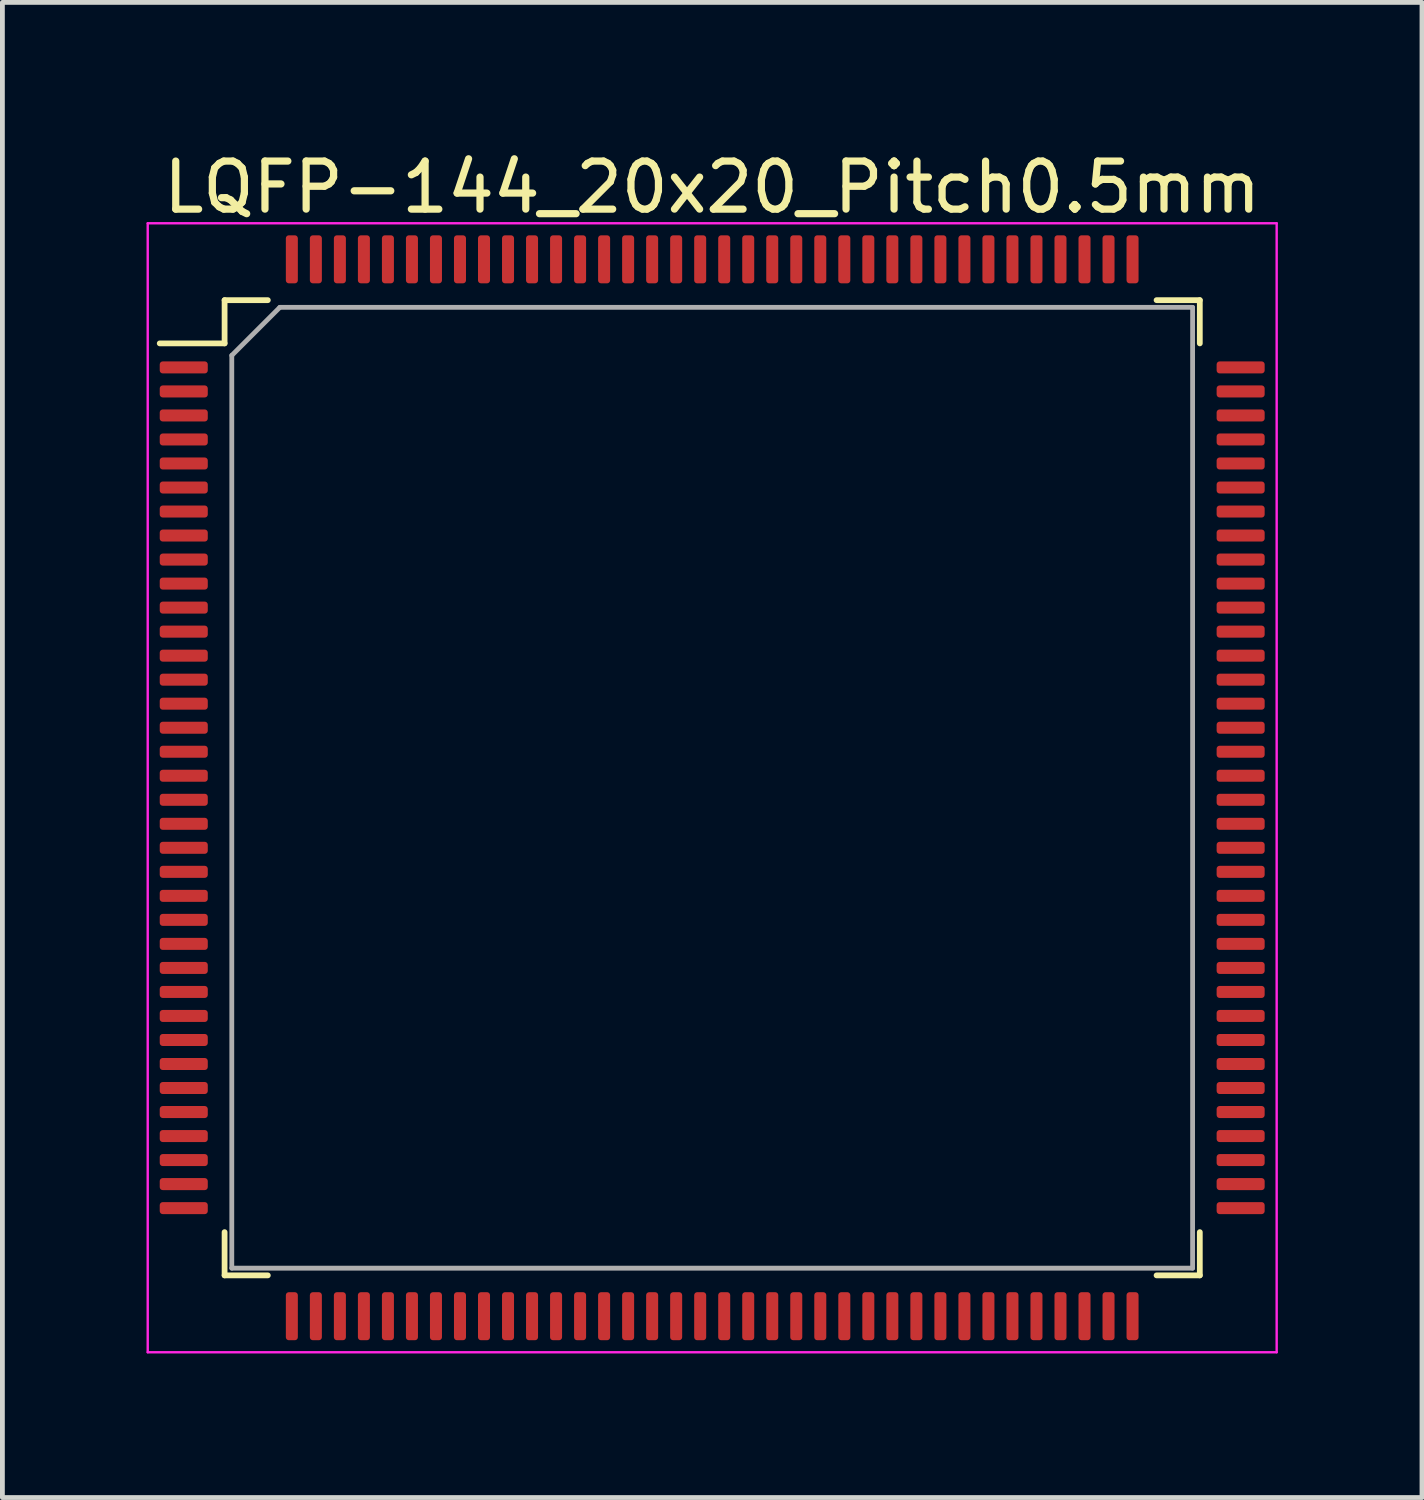
<source format=kicad_pcb>
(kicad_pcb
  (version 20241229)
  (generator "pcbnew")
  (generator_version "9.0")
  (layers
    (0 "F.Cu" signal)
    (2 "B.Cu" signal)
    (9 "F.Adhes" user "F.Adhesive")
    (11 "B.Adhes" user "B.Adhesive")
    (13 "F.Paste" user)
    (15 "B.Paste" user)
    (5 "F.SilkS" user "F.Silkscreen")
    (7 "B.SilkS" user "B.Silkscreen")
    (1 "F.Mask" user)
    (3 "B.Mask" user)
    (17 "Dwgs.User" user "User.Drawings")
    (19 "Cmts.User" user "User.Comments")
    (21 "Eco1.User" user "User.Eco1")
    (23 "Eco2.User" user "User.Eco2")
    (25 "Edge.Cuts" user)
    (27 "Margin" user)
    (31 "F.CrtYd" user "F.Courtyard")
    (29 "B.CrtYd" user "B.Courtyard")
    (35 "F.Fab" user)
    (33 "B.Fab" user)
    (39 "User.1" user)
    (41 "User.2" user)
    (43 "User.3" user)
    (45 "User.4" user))
  (footprint "LQFP-144_20x20_Pitch0.5mm"
    (layer "F.Cu")
    (at 11.775 13.348)
    (property "Reference" "LQFP-144_20x20_Pitch0.5mm" (at 0 -12.5 0) (layer "F.SilkS") (effects (font (size 1 1) (thickness 0.15))))
    (attr smd)
    (fp_line (start -10.15 -10.15) (end -10.15 -9.25) (stroke (width 0.12) (type solid)) (layer "F.SilkS"))
    (fp_line (start -10.15 -9.25) (end -11.5 -9.25) (stroke (width 0.12) (type solid)) (layer "F.SilkS"))
    (fp_line (start -10.15 10.15) (end -10.15 9.25) (stroke (width 0.12) (type solid)) (layer "F.SilkS"))
    (fp_line (start -9.25 -10.15) (end -10.15 -10.15) (stroke (width 0.12) (type solid)) (layer "F.SilkS"))
    (fp_line (start -9.25 10.15) (end -10.15 10.15) (stroke (width 0.12) (type solid)) (layer "F.SilkS"))
    (fp_line (start 9.25 -10.15) (end 10.15 -10.15) (stroke (width 0.12) (type solid)) (layer "F.SilkS"))
    (fp_line (start 9.25 10.15) (end 10.15 10.15) (stroke (width 0.12) (type solid)) (layer "F.SilkS"))
    (fp_line (start 10.15 -10.15) (end 10.15 -9.25) (stroke (width 0.12) (type solid)) (layer "F.SilkS"))
    (fp_line (start 10.15 10.15) (end 10.15 9.25) (stroke (width 0.12) (type solid)) (layer "F.SilkS"))
    (fp_line (start -11.75 -11.75) (end 11.75 -11.75) (stroke (width 0.05) (type solid)) (layer "F.CrtYd"))
    (fp_line (start -11.75 11.75) (end -11.75 -11.75) (stroke (width 0.05) (type solid)) (layer "F.CrtYd"))
    (fp_line (start 11.75 -11.75) (end 11.75 11.75) (stroke (width 0.05) (type solid)) (layer "F.CrtYd"))
    (fp_line (start 11.75 11.75) (end -11.75 11.75) (stroke (width 0.05) (type solid)) (layer "F.CrtYd"))
    (fp_line (start -10 -9) (end -10 10) (stroke (width 0.1) (type solid)) (layer "F.Fab"))
    (fp_line (start -10 10) (end 10 10) (stroke (width 0.1) (type solid)) (layer "F.Fab"))
    (fp_line (start -9 -10) (end -10 -9) (stroke (width 0.1) (type solid)) (layer "F.Fab"))
    (fp_line (start 10 -10) (end -9 -10) (stroke (width 0.1) (type solid)) (layer "F.Fab"))
    (fp_line (start 10 10) (end 10 -10) (stroke (width 0.1) (type solid)) (layer "F.Fab"))
    (pad "1" smd roundrect (at -11 -8.75 90) (size 0.25 1) (layers "F.Cu" "F.Mask" "F.Paste") (roundrect_rratio 0.25))
    (pad "2" smd roundrect (at -11 -8.25 90) (size 0.25 1) (layers "F.Cu" "F.Mask" "F.Paste") (roundrect_rratio 0.25))
    (pad "3" smd roundrect (at -11 -7.75 90) (size 0.25 1) (layers "F.Cu" "F.Mask" "F.Paste") (roundrect_rratio 0.25))
    (pad "4" smd roundrect (at -11 -7.25 90) (size 0.25 1) (layers "F.Cu" "F.Mask" "F.Paste") (roundrect_rratio 0.25))
    (pad "5" smd roundrect (at -11 -6.75 90) (size 0.25 1) (layers "F.Cu" "F.Mask" "F.Paste") (roundrect_rratio 0.25))
    (pad "6" smd roundrect (at -11 -6.25 90) (size 0.25 1) (layers "F.Cu" "F.Mask" "F.Paste") (roundrect_rratio 0.25))
    (pad "7" smd roundrect (at -11 -5.75 90) (size 0.25 1) (layers "F.Cu" "F.Mask" "F.Paste") (roundrect_rratio 0.25))
    (pad "8" smd roundrect (at -11 -5.25 90) (size 0.25 1) (layers "F.Cu" "F.Mask" "F.Paste") (roundrect_rratio 0.25))
    (pad "9" smd roundrect (at -11 -4.75 90) (size 0.25 1) (layers "F.Cu" "F.Mask" "F.Paste") (roundrect_rratio 0.25))
    (pad "10" smd roundrect (at -11 -4.25 90) (size 0.25 1) (layers "F.Cu" "F.Mask" "F.Paste") (roundrect_rratio 0.25))
    (pad "11" smd roundrect (at -11 -3.75 90) (size 0.25 1) (layers "F.Cu" "F.Mask" "F.Paste") (roundrect_rratio 0.25))
    (pad "12" smd roundrect (at -11 -3.25 90) (size 0.25 1) (layers "F.Cu" "F.Mask" "F.Paste") (roundrect_rratio 0.25))
    (pad "13" smd roundrect (at -11 -2.75 90) (size 0.25 1) (layers "F.Cu" "F.Mask" "F.Paste") (roundrect_rratio 0.25))
    (pad "14" smd roundrect (at -11 -2.25 90) (size 0.25 1) (layers "F.Cu" "F.Mask" "F.Paste") (roundrect_rratio 0.25))
    (pad "15" smd roundrect (at -11 -1.75 90) (size 0.25 1) (layers "F.Cu" "F.Mask" "F.Paste") (roundrect_rratio 0.25))
    (pad "16" smd roundrect (at -11 -1.25 90) (size 0.25 1) (layers "F.Cu" "F.Mask" "F.Paste") (roundrect_rratio 0.25))
    (pad "17" smd roundrect (at -11 -0.75 90) (size 0.25 1) (layers "F.Cu" "F.Mask" "F.Paste") (roundrect_rratio 0.25))
    (pad "18" smd roundrect (at -11 -0.25 90) (size 0.25 1) (layers "F.Cu" "F.Mask" "F.Paste") (roundrect_rratio 0.25))
    (pad "19" smd roundrect (at -11 0.25 90) (size 0.25 1) (layers "F.Cu" "F.Mask" "F.Paste") (roundrect_rratio 0.25))
    (pad "20" smd roundrect (at -11 0.75 90) (size 0.25 1) (layers "F.Cu" "F.Mask" "F.Paste") (roundrect_rratio 0.25))
    (pad "21" smd roundrect (at -11 1.25 90) (size 0.25 1) (layers "F.Cu" "F.Mask" "F.Paste") (roundrect_rratio 0.25))
    (pad "22" smd roundrect (at -11 1.75 90) (size 0.25 1) (layers "F.Cu" "F.Mask" "F.Paste") (roundrect_rratio 0.25))
    (pad "23" smd roundrect (at -11 2.25 90) (size 0.25 1) (layers "F.Cu" "F.Mask" "F.Paste") (roundrect_rratio 0.25))
    (pad "24" smd roundrect (at -11 2.75 90) (size 0.25 1) (layers "F.Cu" "F.Mask" "F.Paste") (roundrect_rratio 0.25))
    (pad "25" smd roundrect (at -11 3.25 90) (size 0.25 1) (layers "F.Cu" "F.Mask" "F.Paste") (roundrect_rratio 0.25))
    (pad "26" smd roundrect (at -11 3.75 90) (size 0.25 1) (layers "F.Cu" "F.Mask" "F.Paste") (roundrect_rratio 0.25))
    (pad "27" smd roundrect (at -11 4.25 90) (size 0.25 1) (layers "F.Cu" "F.Mask" "F.Paste") (roundrect_rratio 0.25))
    (pad "28" smd roundrect (at -11 4.75 90) (size 0.25 1) (layers "F.Cu" "F.Mask" "F.Paste") (roundrect_rratio 0.25))
    (pad "29" smd roundrect (at -11 5.25 90) (size 0.25 1) (layers "F.Cu" "F.Mask" "F.Paste") (roundrect_rratio 0.25))
    (pad "30" smd roundrect (at -11 5.75 90) (size 0.25 1) (layers "F.Cu" "F.Mask" "F.Paste") (roundrect_rratio 0.25))
    (pad "31" smd roundrect (at -11 6.25 90) (size 0.25 1) (layers "F.Cu" "F.Mask" "F.Paste") (roundrect_rratio 0.25))
    (pad "32" smd roundrect (at -11 6.75 90) (size 0.25 1) (layers "F.Cu" "F.Mask" "F.Paste") (roundrect_rratio 0.25))
    (pad "33" smd roundrect (at -11 7.25 90) (size 0.25 1) (layers "F.Cu" "F.Mask" "F.Paste") (roundrect_rratio 0.25))
    (pad "34" smd roundrect (at -11 7.75 90) (size 0.25 1) (layers "F.Cu" "F.Mask" "F.Paste") (roundrect_rratio 0.25))
    (pad "35" smd roundrect (at -11 8.25 90) (size 0.25 1) (layers "F.Cu" "F.Mask" "F.Paste") (roundrect_rratio 0.25))
    (pad "36" smd roundrect (at -11 8.75 90) (size 0.25 1) (layers "F.Cu" "F.Mask" "F.Paste") (roundrect_rratio 0.25))
    (pad "37" smd roundrect (at -8.75 11) (size 0.25 1) (layers "F.Cu" "F.Mask" "F.Paste") (roundrect_rratio 0.25))
    (pad "38" smd roundrect (at -8.25 11) (size 0.25 1) (layers "F.Cu" "F.Mask" "F.Paste") (roundrect_rratio 0.25))
    (pad "39" smd roundrect (at -7.75 11) (size 0.25 1) (layers "F.Cu" "F.Mask" "F.Paste") (roundrect_rratio 0.25))
    (pad "40" smd roundrect (at -7.25 11) (size 0.25 1) (layers "F.Cu" "F.Mask" "F.Paste") (roundrect_rratio 0.25))
    (pad "41" smd roundrect (at -6.75 11) (size 0.25 1) (layers "F.Cu" "F.Mask" "F.Paste") (roundrect_rratio 0.25))
    (pad "42" smd roundrect (at -6.25 11) (size 0.25 1) (layers "F.Cu" "F.Mask" "F.Paste") (roundrect_rratio 0.25))
    (pad "43" smd roundrect (at -5.75 11) (size 0.25 1) (layers "F.Cu" "F.Mask" "F.Paste") (roundrect_rratio 0.25))
    (pad "44" smd roundrect (at -5.25 11) (size 0.25 1) (layers "F.Cu" "F.Mask" "F.Paste") (roundrect_rratio 0.25))
    (pad "45" smd roundrect (at -4.75 11) (size 0.25 1) (layers "F.Cu" "F.Mask" "F.Paste") (roundrect_rratio 0.25))
    (pad "46" smd roundrect (at -4.25 11) (size 0.25 1) (layers "F.Cu" "F.Mask" "F.Paste") (roundrect_rratio 0.25))
    (pad "47" smd roundrect (at -3.75 11) (size 0.25 1) (layers "F.Cu" "F.Mask" "F.Paste") (roundrect_rratio 0.25))
    (pad "48" smd roundrect (at -3.25 11) (size 0.25 1) (layers "F.Cu" "F.Mask" "F.Paste") (roundrect_rratio 0.25))
    (pad "49" smd roundrect (at -2.75 11) (size 0.25 1) (layers "F.Cu" "F.Mask" "F.Paste") (roundrect_rratio 0.25))
    (pad "50" smd roundrect (at -2.25 11) (size 0.25 1) (layers "F.Cu" "F.Mask" "F.Paste") (roundrect_rratio 0.25))
    (pad "51" smd roundrect (at -1.75 11) (size 0.25 1) (layers "F.Cu" "F.Mask" "F.Paste") (roundrect_rratio 0.25))
    (pad "52" smd roundrect (at -1.25 11) (size 0.25 1) (layers "F.Cu" "F.Mask" "F.Paste") (roundrect_rratio 0.25))
    (pad "53" smd roundrect (at -0.75 11) (size 0.25 1) (layers "F.Cu" "F.Mask" "F.Paste") (roundrect_rratio 0.25))
    (pad "54" smd roundrect (at -0.25 11) (size 0.25 1) (layers "F.Cu" "F.Mask" "F.Paste") (roundrect_rratio 0.25))
    (pad "55" smd roundrect (at 0.25 11) (size 0.25 1) (layers "F.Cu" "F.Mask" "F.Paste") (roundrect_rratio 0.25))
    (pad "56" smd roundrect (at 0.75 11) (size 0.25 1) (layers "F.Cu" "F.Mask" "F.Paste") (roundrect_rratio 0.25))
    (pad "57" smd roundrect (at 1.25 11) (size 0.25 1) (layers "F.Cu" "F.Mask" "F.Paste") (roundrect_rratio 0.25))
    (pad "58" smd roundrect (at 1.75 11) (size 0.25 1) (layers "F.Cu" "F.Mask" "F.Paste") (roundrect_rratio 0.25))
    (pad "59" smd roundrect (at 2.25 11) (size 0.25 1) (layers "F.Cu" "F.Mask" "F.Paste") (roundrect_rratio 0.25))
    (pad "60" smd roundrect (at 2.75 11) (size 0.25 1) (layers "F.Cu" "F.Mask" "F.Paste") (roundrect_rratio 0.25))
    (pad "61" smd roundrect (at 3.25 11) (size 0.25 1) (layers "F.Cu" "F.Mask" "F.Paste") (roundrect_rratio 0.25))
    (pad "62" smd roundrect (at 3.75 11) (size 0.25 1) (layers "F.Cu" "F.Mask" "F.Paste") (roundrect_rratio 0.25))
    (pad "63" smd roundrect (at 4.25 11) (size 0.25 1) (layers "F.Cu" "F.Mask" "F.Paste") (roundrect_rratio 0.25))
    (pad "64" smd roundrect (at 4.75 11) (size 0.25 1) (layers "F.Cu" "F.Mask" "F.Paste") (roundrect_rratio 0.25))
    (pad "65" smd roundrect (at 5.25 11) (size 0.25 1) (layers "F.Cu" "F.Mask" "F.Paste") (roundrect_rratio 0.25))
    (pad "66" smd roundrect (at 5.75 11) (size 0.25 1) (layers "F.Cu" "F.Mask" "F.Paste") (roundrect_rratio 0.25))
    (pad "67" smd roundrect (at 6.25 11) (size 0.25 1) (layers "F.Cu" "F.Mask" "F.Paste") (roundrect_rratio 0.25))
    (pad "68" smd roundrect (at 6.75 11) (size 0.25 1) (layers "F.Cu" "F.Mask" "F.Paste") (roundrect_rratio 0.25))
    (pad "69" smd roundrect (at 7.25 11) (size 0.25 1) (layers "F.Cu" "F.Mask" "F.Paste") (roundrect_rratio 0.25))
    (pad "70" smd roundrect (at 7.75 11) (size 0.25 1) (layers "F.Cu" "F.Mask" "F.Paste") (roundrect_rratio 0.25))
    (pad "71" smd roundrect (at 8.25 11) (size 0.25 1) (layers "F.Cu" "F.Mask" "F.Paste") (roundrect_rratio 0.25))
    (pad "72" smd roundrect (at 8.75 11) (size 0.25 1) (layers "F.Cu" "F.Mask" "F.Paste") (roundrect_rratio 0.25))
    (pad "73" smd roundrect (at 11 8.75 90) (size 0.25 1) (layers "F.Cu" "F.Mask" "F.Paste") (roundrect_rratio 0.25))
    (pad "74" smd roundrect (at 11 8.25 90) (size 0.25 1) (layers "F.Cu" "F.Mask" "F.Paste") (roundrect_rratio 0.25))
    (pad "75" smd roundrect (at 11 7.75 90) (size 0.25 1) (layers "F.Cu" "F.Mask" "F.Paste") (roundrect_rratio 0.25))
    (pad "76" smd roundrect (at 11 7.25 90) (size 0.25 1) (layers "F.Cu" "F.Mask" "F.Paste") (roundrect_rratio 0.25))
    (pad "77" smd roundrect (at 11 6.75 90) (size 0.25 1) (layers "F.Cu" "F.Mask" "F.Paste") (roundrect_rratio 0.25))
    (pad "78" smd roundrect (at 11 6.25 90) (size 0.25 1) (layers "F.Cu" "F.Mask" "F.Paste") (roundrect_rratio 0.25))
    (pad "79" smd roundrect (at 11 5.75 90) (size 0.25 1) (layers "F.Cu" "F.Mask" "F.Paste") (roundrect_rratio 0.25))
    (pad "80" smd roundrect (at 11 5.25 90) (size 0.25 1) (layers "F.Cu" "F.Mask" "F.Paste") (roundrect_rratio 0.25))
    (pad "81" smd roundrect (at 11 4.75 90) (size 0.25 1) (layers "F.Cu" "F.Mask" "F.Paste") (roundrect_rratio 0.25))
    (pad "82" smd roundrect (at 11 4.25 90) (size 0.25 1) (layers "F.Cu" "F.Mask" "F.Paste") (roundrect_rratio 0.25))
    (pad "83" smd roundrect (at 11 3.75 90) (size 0.25 1) (layers "F.Cu" "F.Mask" "F.Paste") (roundrect_rratio 0.25))
    (pad "84" smd roundrect (at 11 3.25 90) (size 0.25 1) (layers "F.Cu" "F.Mask" "F.Paste") (roundrect_rratio 0.25))
    (pad "85" smd roundrect (at 11 2.75 90) (size 0.25 1) (layers "F.Cu" "F.Mask" "F.Paste") (roundrect_rratio 0.25))
    (pad "86" smd roundrect (at 11 2.25 90) (size 0.25 1) (layers "F.Cu" "F.Mask" "F.Paste") (roundrect_rratio 0.25))
    (pad "87" smd roundrect (at 11 1.75 90) (size 0.25 1) (layers "F.Cu" "F.Mask" "F.Paste") (roundrect_rratio 0.25))
    (pad "88" smd roundrect (at 11 1.25 90) (size 0.25 1) (layers "F.Cu" "F.Mask" "F.Paste") (roundrect_rratio 0.25))
    (pad "89" smd roundrect (at 11 0.75 90) (size 0.25 1) (layers "F.Cu" "F.Mask" "F.Paste") (roundrect_rratio 0.25))
    (pad "90" smd roundrect (at 11 0.25 90) (size 0.25 1) (layers "F.Cu" "F.Mask" "F.Paste") (roundrect_rratio 0.25))
    (pad "91" smd roundrect (at 11 -0.25 90) (size 0.25 1) (layers "F.Cu" "F.Mask" "F.Paste") (roundrect_rratio 0.25))
    (pad "92" smd roundrect (at 11 -0.75 90) (size 0.25 1) (layers "F.Cu" "F.Mask" "F.Paste") (roundrect_rratio 0.25))
    (pad "93" smd roundrect (at 11 -1.25 90) (size 0.25 1) (layers "F.Cu" "F.Mask" "F.Paste") (roundrect_rratio 0.25))
    (pad "94" smd roundrect (at 11 -1.75 90) (size 0.25 1) (layers "F.Cu" "F.Mask" "F.Paste") (roundrect_rratio 0.25))
    (pad "95" smd roundrect (at 11 -2.25 90) (size 0.25 1) (layers "F.Cu" "F.Mask" "F.Paste") (roundrect_rratio 0.25))
    (pad "96" smd roundrect (at 11 -2.75 90) (size 0.25 1) (layers "F.Cu" "F.Mask" "F.Paste") (roundrect_rratio 0.25))
    (pad "97" smd roundrect (at 11 -3.25 90) (size 0.25 1) (layers "F.Cu" "F.Mask" "F.Paste") (roundrect_rratio 0.25))
    (pad "98" smd roundrect (at 11 -3.75 90) (size 0.25 1) (layers "F.Cu" "F.Mask" "F.Paste") (roundrect_rratio 0.25))
    (pad "99" smd roundrect (at 11 -4.25 90) (size 0.25 1) (layers "F.Cu" "F.Mask" "F.Paste") (roundrect_rratio 0.25))
    (pad "100" smd roundrect (at 11 -4.75 90) (size 0.25 1) (layers "F.Cu" "F.Mask" "F.Paste") (roundrect_rratio 0.25))
    (pad "101" smd roundrect (at 11 -5.25 90) (size 0.25 1) (layers "F.Cu" "F.Mask" "F.Paste") (roundrect_rratio 0.25))
    (pad "102" smd roundrect (at 11 -5.75 90) (size 0.25 1) (layers "F.Cu" "F.Mask" "F.Paste") (roundrect_rratio 0.25))
    (pad "103" smd roundrect (at 11 -6.25 90) (size 0.25 1) (layers "F.Cu" "F.Mask" "F.Paste") (roundrect_rratio 0.25))
    (pad "104" smd roundrect (at 11 -6.75 90) (size 0.25 1) (layers "F.Cu" "F.Mask" "F.Paste") (roundrect_rratio 0.25))
    (pad "105" smd roundrect (at 11 -7.25 90) (size 0.25 1) (layers "F.Cu" "F.Mask" "F.Paste") (roundrect_rratio 0.25))
    (pad "106" smd roundrect (at 11 -7.75 90) (size 0.25 1) (layers "F.Cu" "F.Mask" "F.Paste") (roundrect_rratio 0.25))
    (pad "107" smd roundrect (at 11 -8.25 90) (size 0.25 1) (layers "F.Cu" "F.Mask" "F.Paste") (roundrect_rratio 0.25))
    (pad "108" smd roundrect (at 11 -8.75 90) (size 0.25 1) (layers "F.Cu" "F.Mask" "F.Paste") (roundrect_rratio 0.25))
    (pad "109" smd roundrect (at 8.75 -11) (size 0.25 1) (layers "F.Cu" "F.Mask" "F.Paste") (roundrect_rratio 0.25))
    (pad "110" smd roundrect (at 8.25 -11) (size 0.25 1) (layers "F.Cu" "F.Mask" "F.Paste") (roundrect_rratio 0.25))
    (pad "111" smd roundrect (at 7.75 -11) (size 0.25 1) (layers "F.Cu" "F.Mask" "F.Paste") (roundrect_rratio 0.25))
    (pad "112" smd roundrect (at 7.25 -11) (size 0.25 1) (layers "F.Cu" "F.Mask" "F.Paste") (roundrect_rratio 0.25))
    (pad "113" smd roundrect (at 6.75 -11) (size 0.25 1) (layers "F.Cu" "F.Mask" "F.Paste") (roundrect_rratio 0.25))
    (pad "114" smd roundrect (at 6.25 -11) (size 0.25 1) (layers "F.Cu" "F.Mask" "F.Paste") (roundrect_rratio 0.25))
    (pad "115" smd roundrect (at 5.75 -11) (size 0.25 1) (layers "F.Cu" "F.Mask" "F.Paste") (roundrect_rratio 0.25))
    (pad "116" smd roundrect (at 5.25 -11) (size 0.25 1) (layers "F.Cu" "F.Mask" "F.Paste") (roundrect_rratio 0.25))
    (pad "117" smd roundrect (at 4.75 -11) (size 0.25 1) (layers "F.Cu" "F.Mask" "F.Paste") (roundrect_rratio 0.25))
    (pad "118" smd roundrect (at 4.25 -11) (size 0.25 1) (layers "F.Cu" "F.Mask" "F.Paste") (roundrect_rratio 0.25))
    (pad "119" smd roundrect (at 3.75 -11) (size 0.25 1) (layers "F.Cu" "F.Mask" "F.Paste") (roundrect_rratio 0.25))
    (pad "120" smd roundrect (at 3.25 -11) (size 0.25 1) (layers "F.Cu" "F.Mask" "F.Paste") (roundrect_rratio 0.25))
    (pad "121" smd roundrect (at 2.75 -11) (size 0.25 1) (layers "F.Cu" "F.Mask" "F.Paste") (roundrect_rratio 0.25))
    (pad "122" smd roundrect (at 2.25 -11) (size 0.25 1) (layers "F.Cu" "F.Mask" "F.Paste") (roundrect_rratio 0.25))
    (pad "123" smd roundrect (at 1.75 -11) (size 0.25 1) (layers "F.Cu" "F.Mask" "F.Paste") (roundrect_rratio 0.25))
    (pad "124" smd roundrect (at 1.25 -11) (size 0.25 1) (layers "F.Cu" "F.Mask" "F.Paste") (roundrect_rratio 0.25))
    (pad "125" smd roundrect (at 0.75 -11) (size 0.25 1) (layers "F.Cu" "F.Mask" "F.Paste") (roundrect_rratio 0.25))
    (pad "126" smd roundrect (at 0.25 -11) (size 0.25 1) (layers "F.Cu" "F.Mask" "F.Paste") (roundrect_rratio 0.25))
    (pad "127" smd roundrect (at -0.25 -11) (size 0.25 1) (layers "F.Cu" "F.Mask" "F.Paste") (roundrect_rratio 0.25))
    (pad "128" smd roundrect (at -0.75 -11) (size 0.25 1) (layers "F.Cu" "F.Mask" "F.Paste") (roundrect_rratio 0.25))
    (pad "129" smd roundrect (at -1.25 -11) (size 0.25 1) (layers "F.Cu" "F.Mask" "F.Paste") (roundrect_rratio 0.25))
    (pad "130" smd roundrect (at -1.75 -11) (size 0.25 1) (layers "F.Cu" "F.Mask" "F.Paste") (roundrect_rratio 0.25))
    (pad "131" smd roundrect (at -2.25 -11) (size 0.25 1) (layers "F.Cu" "F.Mask" "F.Paste") (roundrect_rratio 0.25))
    (pad "132" smd roundrect (at -2.75 -11) (size 0.25 1) (layers "F.Cu" "F.Mask" "F.Paste") (roundrect_rratio 0.25))
    (pad "133" smd roundrect (at -3.25 -11) (size 0.25 1) (layers "F.Cu" "F.Mask" "F.Paste") (roundrect_rratio 0.25))
    (pad "134" smd roundrect (at -3.75 -11) (size 0.25 1) (layers "F.Cu" "F.Mask" "F.Paste") (roundrect_rratio 0.25))
    (pad "135" smd roundrect (at -4.25 -11) (size 0.25 1) (layers "F.Cu" "F.Mask" "F.Paste") (roundrect_rratio 0.25))
    (pad "136" smd roundrect (at -4.75 -11) (size 0.25 1) (layers "F.Cu" "F.Mask" "F.Paste") (roundrect_rratio 0.25))
    (pad "137" smd roundrect (at -5.25 -11) (size 0.25 1) (layers "F.Cu" "F.Mask" "F.Paste") (roundrect_rratio 0.25))
    (pad "138" smd roundrect (at -5.75 -11) (size 0.25 1) (layers "F.Cu" "F.Mask" "F.Paste") (roundrect_rratio 0.25))
    (pad "139" smd roundrect (at -6.25 -11) (size 0.25 1) (layers "F.Cu" "F.Mask" "F.Paste") (roundrect_rratio 0.25))
    (pad "140" smd roundrect (at -6.75 -11) (size 0.25 1) (layers "F.Cu" "F.Mask" "F.Paste") (roundrect_rratio 0.25))
    (pad "141" smd roundrect (at -7.25 -11) (size 0.25 1) (layers "F.Cu" "F.Mask" "F.Paste") (roundrect_rratio 0.25))
    (pad "142" smd roundrect (at -7.75 -11) (size 0.25 1) (layers "F.Cu" "F.Mask" "F.Paste") (roundrect_rratio 0.25))
    (pad "143" smd roundrect (at -8.25 -11) (size 0.25 1) (layers "F.Cu" "F.Mask" "F.Paste") (roundrect_rratio 0.25))
    (pad "144" smd roundrect (at -8.75 -11) (size 0.25 1) (layers "F.Cu" "F.Mask" "F.Paste") (roundrect_rratio 0.25)))
  (gr_rect
    (start -3 -3)
    (end 26.55 28.123)
    (stroke (width 0.1) (type default))
    (fill no)
    (layer "Edge.Cuts")))
</source>
